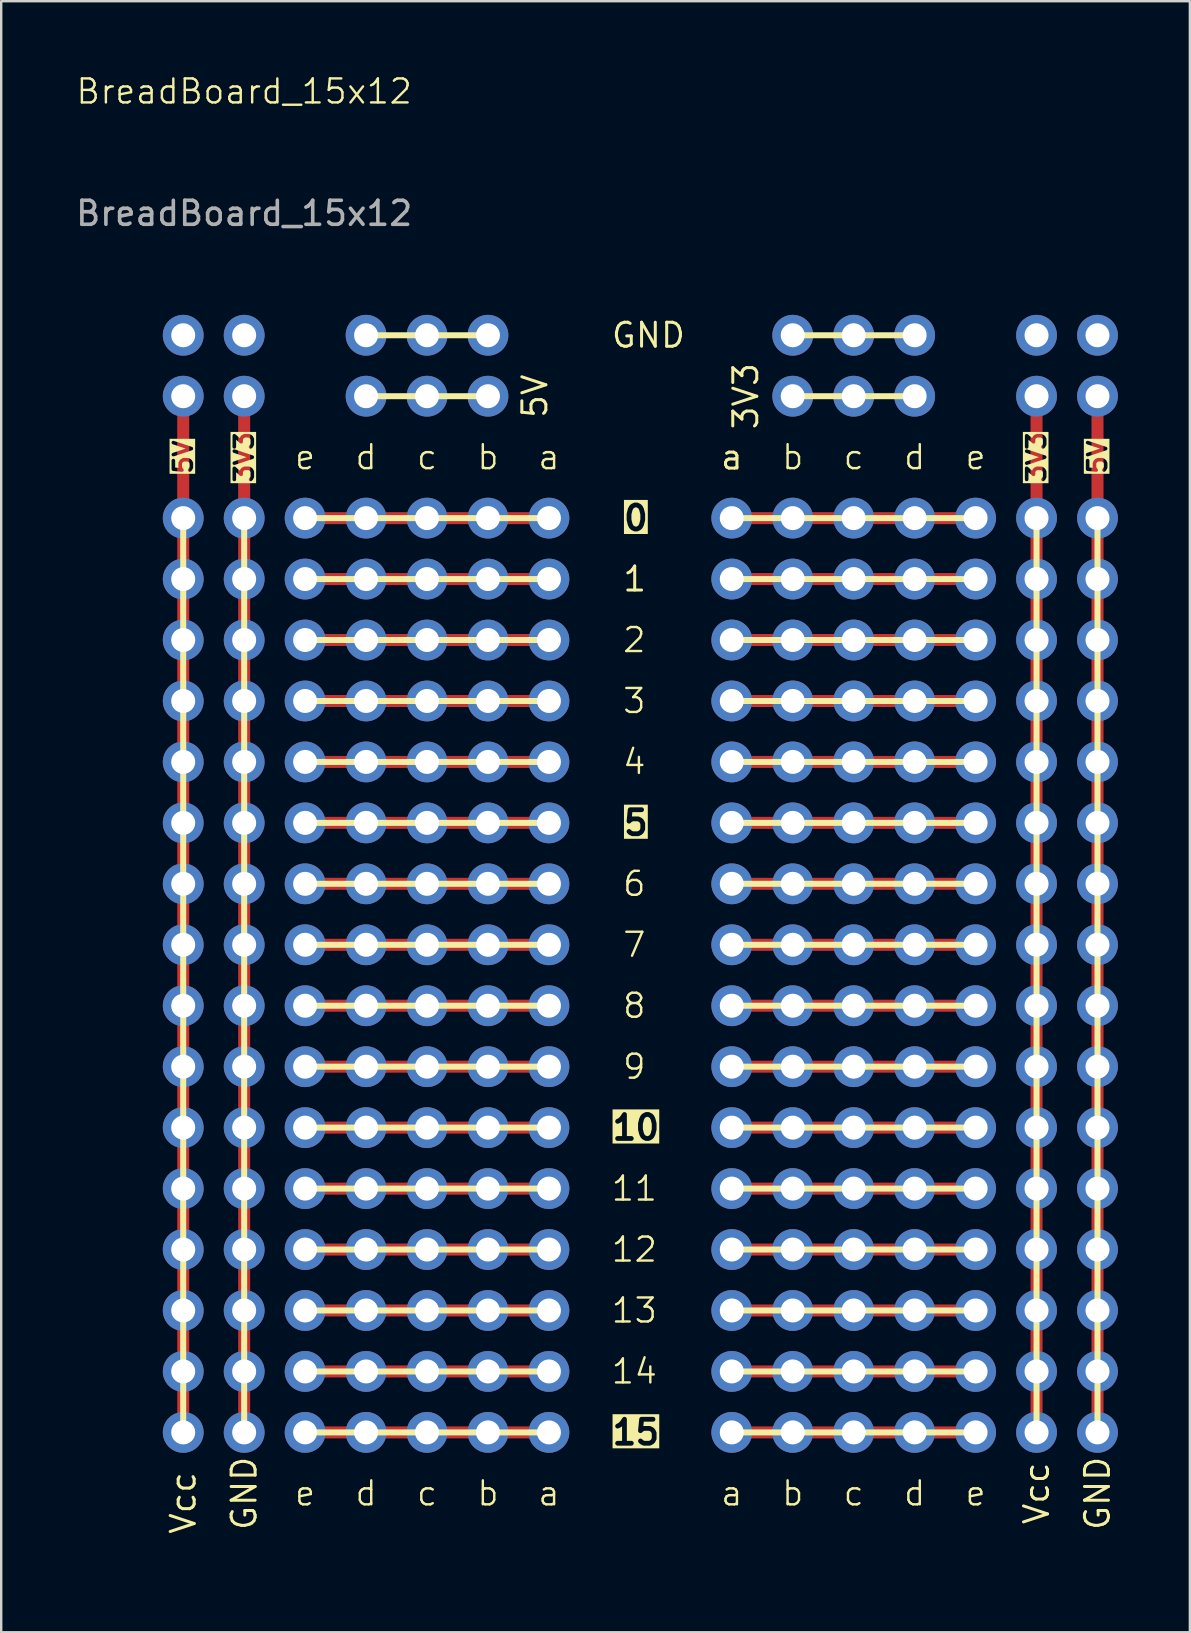
<source format=kicad_pcb>
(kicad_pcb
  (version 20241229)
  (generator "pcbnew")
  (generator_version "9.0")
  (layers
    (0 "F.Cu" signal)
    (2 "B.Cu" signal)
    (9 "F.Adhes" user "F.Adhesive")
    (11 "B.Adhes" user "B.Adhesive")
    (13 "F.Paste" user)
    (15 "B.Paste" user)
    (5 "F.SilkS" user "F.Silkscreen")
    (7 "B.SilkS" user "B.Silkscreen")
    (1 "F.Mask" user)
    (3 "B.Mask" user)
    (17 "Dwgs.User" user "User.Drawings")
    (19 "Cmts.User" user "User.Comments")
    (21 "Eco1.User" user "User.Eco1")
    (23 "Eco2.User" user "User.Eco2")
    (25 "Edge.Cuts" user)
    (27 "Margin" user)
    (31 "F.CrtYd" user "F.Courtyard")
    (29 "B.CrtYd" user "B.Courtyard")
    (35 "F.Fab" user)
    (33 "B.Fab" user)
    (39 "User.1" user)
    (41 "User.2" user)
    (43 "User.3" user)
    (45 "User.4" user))
  (footprint "BreadBoard_15x12"
    (layer "F.Cu")
    (at 2.045 61.721)
    (property "Reference" "BreadBoard_15x12" (at 5.08 -60.96 0) (unlocked yes) (layer "F.SilkS") (effects (font (size 1 1) (thickness 0.1))))
    (attr through_hole)
    (fp_line (start 2.54 -48.26) (end 2.54 -5.08) (stroke (width 0.5) (type default)) (layer "F.Cu"))
    (fp_line (start 5.08 -48.26) (end 5.08 -5.08) (stroke (width 0.5) (type default)) (layer "F.Cu"))
    (fp_line (start 7.62 -43.18) (end 17.78 -43.18) (stroke (width 0.5) (type default)) (layer "F.Cu"))
    (fp_line (start 7.62 -40.64) (end 17.78 -40.64) (stroke (width 0.5) (type default)) (layer "F.Cu"))
    (fp_line (start 7.62 -38.1) (end 17.78 -38.1) (stroke (width 0.5) (type default)) (layer "F.Cu"))
    (fp_line (start 7.62 -35.56) (end 17.78 -35.56) (stroke (width 0.5) (type default)) (layer "F.Cu"))
    (fp_line (start 7.62 -33.02) (end 17.78 -33.02) (stroke (width 0.5) (type default)) (layer "F.Cu"))
    (fp_line (start 7.62 -30.48) (end 17.78 -30.48) (stroke (width 0.5) (type default)) (layer "F.Cu"))
    (fp_line (start 7.62 -27.94) (end 17.78 -27.94) (stroke (width 0.5) (type default)) (layer "F.Cu"))
    (fp_line (start 7.62 -25.4) (end 17.78 -25.4) (stroke (width 0.5) (type default)) (layer "F.Cu"))
    (fp_line (start 7.62 -22.86) (end 17.78 -22.86) (stroke (width 0.5) (type default)) (layer "F.Cu"))
    (fp_line (start 7.62 -20.32) (end 17.78 -20.32) (stroke (width 0.5) (type default)) (layer "F.Cu"))
    (fp_line (start 7.62 -17.78) (end 17.78 -17.78) (stroke (width 0.5) (type default)) (layer "F.Cu"))
    (fp_line (start 7.62 -15.24) (end 17.78 -15.24) (stroke (width 0.5) (type default)) (layer "F.Cu"))
    (fp_line (start 7.62 -12.7) (end 17.78 -12.7) (stroke (width 0.5) (type default)) (layer "F.Cu"))
    (fp_line (start 7.62 -10.16) (end 17.78 -10.16) (stroke (width 0.5) (type default)) (layer "F.Cu"))
    (fp_line (start 7.62 -7.62) (end 17.78 -7.62) (stroke (width 0.5) (type default)) (layer "F.Cu"))
    (fp_line (start 7.62 -5.08) (end 17.78 -5.08) (stroke (width 0.5) (type default)) (layer "F.Cu"))
    (fp_line (start 25.4 -43.18) (end 35.56 -43.18) (stroke (width 0.5) (type default)) (layer "F.Cu"))
    (fp_line (start 25.4 -40.64) (end 35.56 -40.64) (stroke (width 0.5) (type default)) (layer "F.Cu"))
    (fp_line (start 25.4 -38.1) (end 35.56 -38.1) (stroke (width 0.5) (type default)) (layer "F.Cu"))
    (fp_line (start 25.4 -35.56) (end 35.56 -35.56) (stroke (width 0.5) (type default)) (layer "F.Cu"))
    (fp_line (start 25.4 -33.02) (end 35.56 -33.02) (stroke (width 0.5) (type default)) (layer "F.Cu"))
    (fp_line (start 25.4 -30.48) (end 35.56 -30.48) (stroke (width 0.5) (type default)) (layer "F.Cu"))
    (fp_line (start 25.4 -27.94) (end 35.56 -27.94) (stroke (width 0.5) (type default)) (layer "F.Cu"))
    (fp_line (start 25.4 -25.4) (end 35.56 -25.4) (stroke (width 0.5) (type default)) (layer "F.Cu"))
    (fp_line (start 25.4 -22.86) (end 35.56 -22.86) (stroke (width 0.5) (type default)) (layer "F.Cu"))
    (fp_line (start 25.4 -20.32) (end 35.56 -20.32) (stroke (width 0.5) (type default)) (layer "F.Cu"))
    (fp_line (start 25.4 -17.78) (end 35.56 -17.78) (stroke (width 0.5) (type default)) (layer "F.Cu"))
    (fp_line (start 25.4 -15.24) (end 35.56 -15.24) (stroke (width 0.5) (type default)) (layer "F.Cu"))
    (fp_line (start 25.4 -12.7) (end 35.56 -12.7) (stroke (width 0.5) (type default)) (layer "F.Cu"))
    (fp_line (start 25.4 -10.16) (end 35.56 -10.16) (stroke (width 0.5) (type default)) (layer "F.Cu"))
    (fp_line (start 25.4 -7.62) (end 35.56 -7.62) (stroke (width 0.5) (type default)) (layer "F.Cu"))
    (fp_line (start 25.4 -5.08) (end 35.56 -5.08) (stroke (width 0.5) (type default)) (layer "F.Cu"))
    (fp_line (start 38.1 -48.26) (end 38.1 -5.08) (stroke (width 0.5) (type default)) (layer "F.Cu"))
    (fp_line (start 40.64 -48.26) (end 40.64 -5.08) (stroke (width 0.5) (type default)) (layer "F.Cu"))
    (fp_line (start 2.54 -5.08) (end 2.54 -43.18) (stroke (width 0.25) (type default)) (layer "F.SilkS"))
    (fp_line (start 5.08 -5.08) (end 5.08 -43.18) (stroke (width 0.25) (type default)) (layer "F.SilkS"))
    (fp_line (start 7.62 -43.18) (end 17.78 -43.18) (stroke (width 0.25) (type default)) (layer "F.SilkS"))
    (fp_line (start 7.62 -40.64) (end 17.78 -40.64) (stroke (width 0.25) (type default)) (layer "F.SilkS"))
    (fp_line (start 7.62 -38.1) (end 17.78 -38.1) (stroke (width 0.25) (type default)) (layer "F.SilkS"))
    (fp_line (start 7.62 -35.56) (end 17.78 -35.56) (stroke (width 0.25) (type default)) (layer "F.SilkS"))
    (fp_line (start 7.62 -33.02) (end 17.78 -33.02) (stroke (width 0.25) (type default)) (layer "F.SilkS"))
    (fp_line (start 7.62 -30.48) (end 17.78 -30.48) (stroke (width 0.25) (type default)) (layer "F.SilkS"))
    (fp_line (start 7.62 -27.94) (end 17.78 -27.94) (stroke (width 0.25) (type default)) (layer "F.SilkS"))
    (fp_line (start 7.62 -25.4) (end 17.78 -25.4) (stroke (width 0.25) (type default)) (layer "F.SilkS"))
    (fp_line (start 7.62 -22.86) (end 17.78 -22.86) (stroke (width 0.25) (type default)) (layer "F.SilkS"))
    (fp_line (start 7.62 -20.32) (end 17.78 -20.32) (stroke (width 0.25) (type default)) (layer "F.SilkS"))
    (fp_line (start 7.62 -17.78) (end 17.78 -17.78) (stroke (width 0.25) (type default)) (layer "F.SilkS"))
    (fp_line (start 7.62 -15.24) (end 17.78 -15.24) (stroke (width 0.25) (type default)) (layer "F.SilkS"))
    (fp_line (start 7.62 -12.7) (end 17.78 -12.7) (stroke (width 0.25) (type default)) (layer "F.SilkS"))
    (fp_line (start 7.62 -10.16) (end 17.78 -10.16) (stroke (width 0.25) (type default)) (layer "F.SilkS"))
    (fp_line (start 7.62 -7.62) (end 17.78 -7.62) (stroke (width 0.25) (type default)) (layer "F.SilkS"))
    (fp_line (start 7.62 -5.08) (end 17.78 -5.08) (stroke (width 0.25) (type default)) (layer "F.SilkS"))
    (fp_line (start 10.16 -50.8) (end 15.24 -50.8) (stroke (width 0.25) (type default)) (layer "F.SilkS"))
    (fp_line (start 10.16 -48.26) (end 15.24 -48.26) (stroke (width 0.25) (type default)) (layer "F.SilkS"))
    (fp_line (start 25.4 -43.18) (end 35.56 -43.18) (stroke (width 0.25) (type default)) (layer "F.SilkS"))
    (fp_line (start 25.4 -40.64) (end 35.56 -40.64) (stroke (width 0.25) (type default)) (layer "F.SilkS"))
    (fp_line (start 25.4 -38.1) (end 35.56 -38.1) (stroke (width 0.25) (type default)) (layer "F.SilkS"))
    (fp_line (start 25.4 -35.56) (end 35.56 -35.56) (stroke (width 0.25) (type default)) (layer "F.SilkS"))
    (fp_line (start 25.4 -33.02) (end 35.56 -33.02) (stroke (width 0.25) (type default)) (layer "F.SilkS"))
    (fp_line (start 25.4 -30.48) (end 35.56 -30.48) (stroke (width 0.25) (type default)) (layer "F.SilkS"))
    (fp_line (start 25.4 -27.94) (end 35.56 -27.94) (stroke (width 0.25) (type default)) (layer "F.SilkS"))
    (fp_line (start 25.4 -25.4) (end 35.56 -25.4) (stroke (width 0.25) (type default)) (layer "F.SilkS"))
    (fp_line (start 25.4 -22.86) (end 35.56 -22.86) (stroke (width 0.25) (type default)) (layer "F.SilkS"))
    (fp_line (start 25.4 -20.32) (end 35.56 -20.32) (stroke (width 0.25) (type default)) (layer "F.SilkS"))
    (fp_line (start 25.4 -17.78) (end 35.56 -17.78) (stroke (width 0.25) (type default)) (layer "F.SilkS"))
    (fp_line (start 25.4 -15.24) (end 35.56 -15.24) (stroke (width 0.25) (type default)) (layer "F.SilkS"))
    (fp_line (start 25.4 -12.7) (end 35.56 -12.7) (stroke (width 0.25) (type default)) (layer "F.SilkS"))
    (fp_line (start 25.4 -10.16) (end 35.56 -10.16) (stroke (width 0.25) (type default)) (layer "F.SilkS"))
    (fp_line (start 25.4 -7.62) (end 35.56 -7.62) (stroke (width 0.25) (type default)) (layer "F.SilkS"))
    (fp_line (start 25.4 -5.08) (end 35.56 -5.08) (stroke (width 0.25) (type default)) (layer "F.SilkS"))
    (fp_line (start 27.94 -50.8) (end 33.02 -50.8) (stroke (width 0.1) (type default)) (layer "F.SilkS"))
    (fp_line (start 27.94 -50.8) (end 33.02 -50.8) (stroke (width 0.25) (type default)) (layer "F.SilkS"))
    (fp_line (start 27.94 -48.26) (end 33.02 -48.26) (stroke (width 0.25) (type default)) (layer "F.SilkS"))
    (fp_line (start 38.1 -5.08) (end 38.1 -43.18) (stroke (width 0.25) (type default)) (layer "F.SilkS"))
    (fp_line (start 40.64 -5.08) (end 40.64 -43.18) (stroke (width 0.25) (type default)) (layer "F.SilkS"))
    (fp_text user "13" (at 20.32 -10.16 0) (unlocked yes) (layer "F.SilkS") (effects (font (size 1 1) (thickness 0.1)) (justify left)))
    (fp_text user "14" (at 20.32 -7.62 0) (unlocked yes) (layer "F.SilkS") (effects (font (size 1 1) (thickness 0.1)) (justify left)))
    (fp_text user "d" (at 33.02 -2.54 0) (unlocked yes) (layer "F.SilkS") (effects (font (size 1 1) (thickness 0.1))))
    (fp_text user "e" (at 35.56 -45.72 0) (unlocked yes) (layer "F.SilkS") (effects (font (size 1 1) (thickness 0.1))))
    (fp_text user "c" (at 12.7 -45.72 0) (unlocked yes) (layer "F.SilkS") (effects (font (size 1 1) (thickness 0.1))))
    (fp_text user "c" (at 30.48 -45.72 0) (unlocked yes) (layer "F.SilkS") (effects (font (size 1 1) (thickness 0.1))))
    (fp_text user "2" (at 20.796 -38.1 0) (unlocked yes) (layer "F.SilkS") (effects (font (size 1 1) (thickness 0.1)) (justify left)))
    (fp_text user "e" (at 35.56 -2.54 0) (unlocked yes) (layer "F.SilkS") (effects (font (size 1 1) (thickness 0.1))))
    (fp_text user "b" (at 27.94 -2.54 0) (unlocked yes) (layer "F.SilkS") (effects (font (size 1 1) (thickness 0.1))))
    (fp_text user "c" (at 30.48 -2.54 0) (unlocked yes) (layer "F.SilkS") (effects (font (size 1 1) (thickness 0.1))))
    (fp_text user "3" (at 20.796 -35.56 0) (unlocked yes) (layer "F.SilkS") (effects (font (size 1 1) (thickness 0.1)) (justify left)))
    (fp_text user "5V" (at 40.64 -45.72 90) (unlocked yes) (layer "F.SilkS" knockout) (effects (font (size 0.75 0.75) (thickness 0.15) (bold yes))))
    (fp_text user "e" (at 7.62 -2.54 0) (unlocked yes) (layer "F.SilkS") (effects (font (size 1 1) (thickness 0.1))))
    (fp_text user "a" (at 25.4 -45.72 0) (unlocked yes) (layer "F.SilkS") (effects (font (size 1 1) (thickness 0.125))))
    (fp_text user "5V" (at 2.54 -45.72 90) (unlocked yes) (layer "F.SilkS" knockout) (effects (font (size 0.75 0.75) (thickness 0.15) (bold yes))))
    (fp_text user "0" (at 20.796 -43.18 0) (unlocked yes) (layer "F.SilkS" knockout) (effects (font (size 1 1) (thickness 0.2) (bold yes)) (justify left)))
    (fp_text user "e" (at 7.62 -45.72 0) (unlocked yes) (layer "F.SilkS") (effects (font (size 1 1) (thickness 0.1))))
    (fp_text user "1" (at 20.796 -40.64 0) (unlocked yes) (layer "F.SilkS") (effects (font (size 1 1) (thickness 0.125)) (justify left)))
    (fp_text user "Vcc" (at 38.1 -2.54 90) (unlocked yes) (layer "F.SilkS") (effects (font (size 1 1) (thickness 0.125))))
    (fp_text user "GND" (at 40.64 -2.54 90) (unlocked yes) (layer "F.SilkS") (effects (font (size 1 1) (thickness 0.125))))
    (fp_text user "12" (at 20.32 -12.7 0) (unlocked yes) (layer "F.SilkS") (effects (font (size 1 1) (thickness 0.1)) (justify left)))
    (fp_text user "6" (at 20.796 -27.94 0) (unlocked yes) (layer "F.SilkS") (effects (font (size 1 1) (thickness 0.1)) (justify left)))
    (fp_text user "b" (at 15.24 -2.54 0) (unlocked yes) (layer "F.SilkS") (effects (font (size 1 1) (thickness 0.1))))
    (fp_text user "d" (at 10.16 -2.54 0) (unlocked yes) (layer "F.SilkS") (effects (font (size 1 1) (thickness 0.1))))
    (fp_text user "b" (at 27.94 -45.72 0) (unlocked yes) (layer "F.SilkS") (effects (font (size 1 1) (thickness 0.1))))
    (fp_text user "GND" (at 5.08 -2.54 90) (unlocked yes) (layer "F.SilkS") (effects (font (size 1 1) (thickness 0.125))))
    (fp_text user "10" (at 20.32 -17.78 0) (unlocked yes) (layer "F.SilkS" knockout) (effects (font (size 1 1) (thickness 0.2) (bold yes)) (justify left)))
    (fp_text user "15" (at 20.32 -5.08 0) (unlocked yes) (layer "F.SilkS" knockout) (effects (font (size 1 1) (thickness 0.2) (bold yes)) (justify left)))
    (fp_text user "11" (at 20.32 -15.24 0) (unlocked yes) (layer "F.SilkS") (effects (font (size 1 1) (thickness 0.1)) (justify left)))
    (fp_text user "a" (at 25.4 -2.54 0) (unlocked yes) (layer "F.SilkS") (effects (font (size 1 1) (thickness 0.1))))
    (fp_text user "b" (at 15.24 -45.72 0) (unlocked yes) (layer "F.SilkS") (effects (font (size 1 1) (thickness 0.1))))
    (fp_text user "8" (at 20.796 -22.86 0) (unlocked yes) (layer "F.SilkS") (effects (font (size 1 1) (thickness 0.1)) (justify left)))
    (fp_text user "GND" (at 20.32 -50.8 0) (unlocked yes) (layer "F.SilkS") (effects (font (size 1 1) (thickness 0.125)) (justify left)))
    (fp_text user "5" (at 20.796 -30.48 0) (unlocked yes) (layer "F.SilkS" knockout) (effects (font (size 1 1) (thickness 0.2) (bold yes)) (justify left)))
    (fp_text user "c" (at 12.7 -2.54 0) (unlocked yes) (layer "F.SilkS") (effects (font (size 1 1) (thickness 0.1))))
    (fp_text user "3V3" (at 38.1 -45.72 90) (unlocked yes) (layer "F.SilkS" knockout) (effects (font (size 0.75 0.75) (thickness 0.15) (bold yes))))
    (fp_text user "3V3" (at 25.4 -48.26 90) (unlocked yes) (layer "F.SilkS") (effects (font (size 1 1) (thickness 0.125)) (justify top)))
    (fp_text user "4" (at 20.796 -33.02 0) (unlocked yes) (layer "F.SilkS") (effects (font (size 1 1) (thickness 0.1)) (justify left)))
    (fp_text user "7" (at 20.796 -25.4 0) (unlocked yes) (layer "F.SilkS") (effects (font (size 1 1) (thickness 0.1)) (justify left)))
    (fp_text user "a" (at 17.78 -45.72 0) (unlocked yes) (layer "F.SilkS") (effects (font (size 1 1) (thickness 0.1))))
    (fp_text user "d" (at 10.16 -45.72 0) (unlocked yes) (layer "F.SilkS") (effects (font (size 1 1) (thickness 0.1))))
    (fp_text user "3V3" (at 5.08 -45.72 90) (unlocked yes) (layer "F.SilkS" knockout) (effects (font (size 0.75 0.75) (thickness 0.15) (bold yes))))
    (fp_text user "a" (at 17.78 -2.54 0) (unlocked yes) (layer "F.SilkS") (effects (font (size 1 1) (thickness 0.1))))
    (fp_text user "Vcc" (at 2.54 -2.14 90) (unlocked yes) (layer "F.SilkS") (effects (font (size 1 1) (thickness 0.125))))
    (fp_text user "5V" (at 17.78 -48.26 90) (unlocked yes) (layer "F.SilkS") (effects (font (size 1 1) (thickness 0.125)) (justify bottom)))
    (fp_text user "9" (at 20.796 -20.32 0) (unlocked yes) (layer "F.SilkS") (effects (font (size 1 1) (thickness 0.1)) (justify left)))
    (fp_text user "d" (at 33.02 -45.72 0) (unlocked yes) (layer "F.SilkS") (effects (font (size 1 1) (thickness 0.1))))
    (fp_text user "${REFERENCE}" (at 5.08 -55.88 0) (unlocked yes) (layer "F.Fab") (effects (font (size 1 1) (thickness 0.15))))
    (pad "" thru_hole oval (at 7.62 -43.18) (size 1.7 1.7) (drill 1) (layers "*.Cu" "*.Mask"))
    (pad "" thru_hole oval (at 7.62 -40.64) (size 1.7 1.7) (drill 1) (layers "*.Cu" "*.Mask"))
    (pad "" thru_hole oval (at 7.62 -38.1) (size 1.7 1.7) (drill 1) (layers "*.Cu" "*.Mask"))
    (pad "" thru_hole oval (at 7.62 -35.56) (size 1.7 1.7) (drill 1) (layers "*.Cu" "*.Mask"))
    (pad "" thru_hole oval (at 7.62 -33.02) (size 1.7 1.7) (drill 1) (layers "*.Cu" "*.Mask"))
    (pad "" thru_hole oval (at 7.62 -30.48) (size 1.7 1.7) (drill 1) (layers "*.Cu" "*.Mask"))
    (pad "" thru_hole oval (at 7.62 -27.94) (size 1.7 1.7) (drill 1) (layers "*.Cu" "*.Mask"))
    (pad "" thru_hole oval (at 7.62 -25.4) (size 1.7 1.7) (drill 1) (layers "*.Cu" "*.Mask"))
    (pad "" thru_hole oval (at 7.62 -22.86) (size 1.7 1.7) (drill 1) (layers "*.Cu" "*.Mask"))
    (pad "" thru_hole oval (at 7.62 -20.32) (size 1.7 1.7) (drill 1) (layers "*.Cu" "*.Mask"))
    (pad "" thru_hole oval (at 7.62 -17.78) (size 1.7 1.7) (drill 1) (layers "*.Cu" "*.Mask"))
    (pad "" thru_hole oval (at 7.62 -15.24) (size 1.7 1.7) (drill 1) (layers "*.Cu" "*.Mask"))
    (pad "" thru_hole oval (at 7.62 -12.7) (size 1.7 1.7) (drill 1) (layers "*.Cu" "*.Mask"))
    (pad "" thru_hole oval (at 7.62 -10.16) (size 1.7 1.7) (drill 1) (layers "*.Cu" "*.Mask"))
    (pad "" thru_hole oval (at 7.62 -7.62) (size 1.7 1.7) (drill 1) (layers "*.Cu" "*.Mask"))
    (pad "" thru_hole oval (at 7.62 -5.08) (size 1.7 1.7) (drill 1) (layers "*.Cu" "*.Mask"))
    (pad "" thru_hole oval (at 10.16 -43.18) (size 1.7 1.7) (drill 1) (layers "*.Cu" "*.Mask"))
    (pad "" thru_hole oval (at 10.16 -40.64) (size 1.7 1.7) (drill 1) (layers "*.Cu" "*.Mask"))
    (pad "" thru_hole oval (at 10.16 -38.1) (size 1.7 1.7) (drill 1) (layers "*.Cu" "*.Mask"))
    (pad "" thru_hole oval (at 10.16 -35.56) (size 1.7 1.7) (drill 1) (layers "*.Cu" "*.Mask"))
    (pad "" thru_hole oval (at 10.16 -33.02) (size 1.7 1.7) (drill 1) (layers "*.Cu" "*.Mask"))
    (pad "" thru_hole oval (at 10.16 -30.48) (size 1.7 1.7) (drill 1) (layers "*.Cu" "*.Mask"))
    (pad "" thru_hole oval (at 10.16 -27.94) (size 1.7 1.7) (drill 1) (layers "*.Cu" "*.Mask"))
    (pad "" thru_hole oval (at 10.16 -25.4) (size 1.7 1.7) (drill 1) (layers "*.Cu" "*.Mask"))
    (pad "" thru_hole oval (at 10.16 -22.86) (size 1.7 1.7) (drill 1) (layers "*.Cu" "*.Mask"))
    (pad "" thru_hole oval (at 10.16 -20.32) (size 1.7 1.7) (drill 1) (layers "*.Cu" "*.Mask"))
    (pad "" thru_hole oval (at 10.16 -17.78) (size 1.7 1.7) (drill 1) (layers "*.Cu" "*.Mask"))
    (pad "" thru_hole oval (at 10.16 -15.24) (size 1.7 1.7) (drill 1) (layers "*.Cu" "*.Mask"))
    (pad "" thru_hole oval (at 10.16 -12.7) (size 1.7 1.7) (drill 1) (layers "*.Cu" "*.Mask"))
    (pad "" thru_hole oval (at 10.16 -10.16) (size 1.7 1.7) (drill 1) (layers "*.Cu" "*.Mask"))
    (pad "" thru_hole oval (at 10.16 -7.62) (size 1.7 1.7) (drill 1) (layers "*.Cu" "*.Mask"))
    (pad "" thru_hole oval (at 10.16 -5.08) (size 1.7 1.7) (drill 1) (layers "*.Cu" "*.Mask"))
    (pad "" thru_hole oval (at 12.7 -43.18) (size 1.7 1.7) (drill 1) (layers "*.Cu" "*.Mask"))
    (pad "" thru_hole oval (at 12.7 -40.64) (size 1.7 1.7) (drill 1) (layers "*.Cu" "*.Mask"))
    (pad "" thru_hole oval (at 12.7 -38.1) (size 1.7 1.7) (drill 1) (layers "*.Cu" "*.Mask"))
    (pad "" thru_hole oval (at 12.7 -35.56) (size 1.7 1.7) (drill 1) (layers "*.Cu" "*.Mask"))
    (pad "" thru_hole oval (at 12.7 -33.02) (size 1.7 1.7) (drill 1) (layers "*.Cu" "*.Mask"))
    (pad "" thru_hole oval (at 12.7 -30.48) (size 1.7 1.7) (drill 1) (layers "*.Cu" "*.Mask"))
    (pad "" thru_hole oval (at 12.7 -27.94) (size 1.7 1.7) (drill 1) (layers "*.Cu" "*.Mask"))
    (pad "" thru_hole oval (at 12.7 -25.4) (size 1.7 1.7) (drill 1) (layers "*.Cu" "*.Mask"))
    (pad "" thru_hole oval (at 12.7 -22.86) (size 1.7 1.7) (drill 1) (layers "*.Cu" "*.Mask"))
    (pad "" thru_hole oval (at 12.7 -20.32) (size 1.7 1.7) (drill 1) (layers "*.Cu" "*.Mask"))
    (pad "" thru_hole oval (at 12.7 -17.78) (size 1.7 1.7) (drill 1) (layers "*.Cu" "*.Mask"))
    (pad "" thru_hole oval (at 12.7 -15.24) (size 1.7 1.7) (drill 1) (layers "*.Cu" "*.Mask"))
    (pad "" thru_hole oval (at 12.7 -12.7) (size 1.7 1.7) (drill 1) (layers "*.Cu" "*.Mask"))
    (pad "" thru_hole oval (at 12.7 -10.16) (size 1.7 1.7) (drill 1) (layers "*.Cu" "*.Mask"))
    (pad "" thru_hole oval (at 12.7 -7.62) (size 1.7 1.7) (drill 1) (layers "*.Cu" "*.Mask"))
    (pad "" thru_hole oval (at 12.7 -5.08) (size 1.7 1.7) (drill 1) (layers "*.Cu" "*.Mask"))
    (pad "" thru_hole oval (at 15.24 -43.18) (size 1.7 1.7) (drill 1) (layers "*.Cu" "*.Mask"))
    (pad "" thru_hole oval (at 15.24 -40.64) (size 1.7 1.7) (drill 1) (layers "*.Cu" "*.Mask"))
    (pad "" thru_hole oval (at 15.24 -38.1) (size 1.7 1.7) (drill 1) (layers "*.Cu" "*.Mask"))
    (pad "" thru_hole oval (at 15.24 -35.56) (size 1.7 1.7) (drill 1) (layers "*.Cu" "*.Mask"))
    (pad "" thru_hole oval (at 15.24 -33.02) (size 1.7 1.7) (drill 1) (layers "*.Cu" "*.Mask"))
    (pad "" thru_hole oval (at 15.24 -30.48) (size 1.7 1.7) (drill 1) (layers "*.Cu" "*.Mask"))
    (pad "" thru_hole oval (at 15.24 -27.94) (size 1.7 1.7) (drill 1) (layers "*.Cu" "*.Mask"))
    (pad "" thru_hole oval (at 15.24 -25.4) (size 1.7 1.7) (drill 1) (layers "*.Cu" "*.Mask"))
    (pad "" thru_hole oval (at 15.24 -22.86) (size 1.7 1.7) (drill 1) (layers "*.Cu" "*.Mask"))
    (pad "" thru_hole oval (at 15.24 -20.32) (size 1.7 1.7) (drill 1) (layers "*.Cu" "*.Mask"))
    (pad "" thru_hole oval (at 15.24 -17.78) (size 1.7 1.7) (drill 1) (layers "*.Cu" "*.Mask"))
    (pad "" thru_hole oval (at 15.24 -15.24) (size 1.7 1.7) (drill 1) (layers "*.Cu" "*.Mask"))
    (pad "" thru_hole oval (at 15.24 -12.7) (size 1.7 1.7) (drill 1) (layers "*.Cu" "*.Mask"))
    (pad "" thru_hole oval (at 15.24 -10.16) (size 1.7 1.7) (drill 1) (layers "*.Cu" "*.Mask"))
    (pad "" thru_hole oval (at 15.24 -7.62) (size 1.7 1.7) (drill 1) (layers "*.Cu" "*.Mask"))
    (pad "" thru_hole oval (at 15.24 -5.08) (size 1.7 1.7) (drill 1) (layers "*.Cu" "*.Mask"))
    (pad "" thru_hole oval (at 17.78 -43.18) (size 1.7 1.7) (drill 1) (layers "*.Cu" "*.Mask"))
    (pad "" thru_hole oval (at 17.78 -40.64) (size 1.7 1.7) (drill 1) (layers "*.Cu" "*.Mask"))
    (pad "" thru_hole oval (at 17.78 -38.1) (size 1.7 1.7) (drill 1) (layers "*.Cu" "*.Mask"))
    (pad "" thru_hole oval (at 17.78 -35.56) (size 1.7 1.7) (drill 1) (layers "*.Cu" "*.Mask"))
    (pad "" thru_hole oval (at 17.78 -33.02) (size 1.7 1.7) (drill 1) (layers "*.Cu" "*.Mask"))
    (pad "" thru_hole oval (at 17.78 -30.48) (size 1.7 1.7) (drill 1) (layers "*.Cu" "*.Mask"))
    (pad "" thru_hole oval (at 17.78 -27.94) (size 1.7 1.7) (drill 1) (layers "*.Cu" "*.Mask"))
    (pad "" thru_hole oval (at 17.78 -25.4) (size 1.7 1.7) (drill 1) (layers "*.Cu" "*.Mask"))
    (pad "" thru_hole oval (at 17.78 -22.86) (size 1.7 1.7) (drill 1) (layers "*.Cu" "*.Mask"))
    (pad "" thru_hole oval (at 17.78 -20.32) (size 1.7 1.7) (drill 1) (layers "*.Cu" "*.Mask"))
    (pad "" thru_hole oval (at 17.78 -17.78) (size 1.7 1.7) (drill 1) (layers "*.Cu" "*.Mask"))
    (pad "" thru_hole oval (at 17.78 -15.24) (size 1.7 1.7) (drill 1) (layers "*.Cu" "*.Mask"))
    (pad "" thru_hole oval (at 17.78 -12.7) (size 1.7 1.7) (drill 1) (layers "*.Cu" "*.Mask"))
    (pad "" thru_hole oval (at 17.78 -10.16) (size 1.7 1.7) (drill 1) (layers "*.Cu" "*.Mask"))
    (pad "" thru_hole oval (at 17.78 -7.62) (size 1.7 1.7) (drill 1) (layers "*.Cu" "*.Mask"))
    (pad "" thru_hole oval (at 17.78 -5.08) (size 1.7 1.7) (drill 1) (layers "*.Cu" "*.Mask"))
    (pad "" thru_hole oval (at 25.4 -43.18) (size 1.7 1.7) (drill 1) (layers "*.Cu" "*.Mask"))
    (pad "" thru_hole oval (at 25.4 -40.64) (size 1.7 1.7) (drill 1) (layers "*.Cu" "*.Mask"))
    (pad "" thru_hole oval (at 25.4 -38.1) (size 1.7 1.7) (drill 1) (layers "*.Cu" "*.Mask"))
    (pad "" thru_hole oval (at 25.4 -35.56) (size 1.7 1.7) (drill 1) (layers "*.Cu" "*.Mask"))
    (pad "" thru_hole oval (at 25.4 -33.02) (size 1.7 1.7) (drill 1) (layers "*.Cu" "*.Mask"))
    (pad "" thru_hole oval (at 25.4 -30.48) (size 1.7 1.7) (drill 1) (layers "*.Cu" "*.Mask"))
    (pad "" thru_hole oval (at 25.4 -27.94) (size 1.7 1.7) (drill 1) (layers "*.Cu" "*.Mask"))
    (pad "" thru_hole oval (at 25.4 -25.4) (size 1.7 1.7) (drill 1) (layers "*.Cu" "*.Mask"))
    (pad "" thru_hole oval (at 25.4 -22.86) (size 1.7 1.7) (drill 1) (layers "*.Cu" "*.Mask"))
    (pad "" thru_hole oval (at 25.4 -20.32) (size 1.7 1.7) (drill 1) (layers "*.Cu" "*.Mask"))
    (pad "" thru_hole oval (at 25.4 -17.78) (size 1.7 1.7) (drill 1) (layers "*.Cu" "*.Mask"))
    (pad "" thru_hole oval (at 25.4 -15.24) (size 1.7 1.7) (drill 1) (layers "*.Cu" "*.Mask"))
    (pad "" thru_hole oval (at 25.4 -12.7) (size 1.7 1.7) (drill 1) (layers "*.Cu" "*.Mask"))
    (pad "" thru_hole oval (at 25.4 -10.16) (size 1.7 1.7) (drill 1) (layers "*.Cu" "*.Mask"))
    (pad "" thru_hole oval (at 25.4 -7.62) (size 1.7 1.7) (drill 1) (layers "*.Cu" "*.Mask"))
    (pad "" thru_hole oval (at 25.4 -5.08) (size 1.7 1.7) (drill 1) (layers "*.Cu" "*.Mask"))
    (pad "" thru_hole oval (at 27.94 -43.18) (size 1.7 1.7) (drill 1) (layers "*.Cu" "*.Mask"))
    (pad "" thru_hole oval (at 27.94 -40.64) (size 1.7 1.7) (drill 1) (layers "*.Cu" "*.Mask"))
    (pad "" thru_hole oval (at 27.94 -38.1) (size 1.7 1.7) (drill 1) (layers "*.Cu" "*.Mask"))
    (pad "" thru_hole oval (at 27.94 -35.56) (size 1.7 1.7) (drill 1) (layers "*.Cu" "*.Mask"))
    (pad "" thru_hole oval (at 27.94 -33.02) (size 1.7 1.7) (drill 1) (layers "*.Cu" "*.Mask"))
    (pad "" thru_hole oval (at 27.94 -30.48) (size 1.7 1.7) (drill 1) (layers "*.Cu" "*.Mask"))
    (pad "" thru_hole oval (at 27.94 -27.94) (size 1.7 1.7) (drill 1) (layers "*.Cu" "*.Mask"))
    (pad "" thru_hole oval (at 27.94 -25.4) (size 1.7 1.7) (drill 1) (layers "*.Cu" "*.Mask"))
    (pad "" thru_hole oval (at 27.94 -22.86) (size 1.7 1.7) (drill 1) (layers "*.Cu" "*.Mask"))
    (pad "" thru_hole oval (at 27.94 -20.32) (size 1.7 1.7) (drill 1) (layers "*.Cu" "*.Mask"))
    (pad "" thru_hole oval (at 27.94 -17.78) (size 1.7 1.7) (drill 1) (layers "*.Cu" "*.Mask"))
    (pad "" thru_hole oval (at 27.94 -15.24) (size 1.7 1.7) (drill 1) (layers "*.Cu" "*.Mask"))
    (pad "" thru_hole oval (at 27.94 -12.7) (size 1.7 1.7) (drill 1) (layers "*.Cu" "*.Mask"))
    (pad "" thru_hole oval (at 27.94 -10.16) (size 1.7 1.7) (drill 1) (layers "*.Cu" "*.Mask"))
    (pad "" thru_hole oval (at 27.94 -7.62) (size 1.7 1.7) (drill 1) (layers "*.Cu" "*.Mask"))
    (pad "" thru_hole oval (at 27.94 -5.08) (size 1.7 1.7) (drill 1) (layers "*.Cu" "*.Mask"))
    (pad "" thru_hole oval (at 30.48 -43.18) (size 1.7 1.7) (drill 1) (layers "*.Cu" "*.Mask"))
    (pad "" thru_hole oval (at 30.48 -40.64) (size 1.7 1.7) (drill 1) (layers "*.Cu" "*.Mask"))
    (pad "" thru_hole oval (at 30.48 -38.1) (size 1.7 1.7) (drill 1) (layers "*.Cu" "*.Mask"))
    (pad "" thru_hole oval (at 30.48 -35.56) (size 1.7 1.7) (drill 1) (layers "*.Cu" "*.Mask"))
    (pad "" thru_hole oval (at 30.48 -33.02) (size 1.7 1.7) (drill 1) (layers "*.Cu" "*.Mask"))
    (pad "" thru_hole oval (at 30.48 -30.48) (size 1.7 1.7) (drill 1) (layers "*.Cu" "*.Mask"))
    (pad "" thru_hole oval (at 30.48 -27.94) (size 1.7 1.7) (drill 1) (layers "*.Cu" "*.Mask"))
    (pad "" thru_hole oval (at 30.48 -25.4) (size 1.7 1.7) (drill 1) (layers "*.Cu" "*.Mask"))
    (pad "" thru_hole oval (at 30.48 -22.86) (size 1.7 1.7) (drill 1) (layers "*.Cu" "*.Mask"))
    (pad "" thru_hole oval (at 30.48 -20.32) (size 1.7 1.7) (drill 1) (layers "*.Cu" "*.Mask"))
    (pad "" thru_hole oval (at 30.48 -17.78) (size 1.7 1.7) (drill 1) (layers "*.Cu" "*.Mask"))
    (pad "" thru_hole oval (at 30.48 -15.24) (size 1.7 1.7) (drill 1) (layers "*.Cu" "*.Mask"))
    (pad "" thru_hole oval (at 30.48 -12.7) (size 1.7 1.7) (drill 1) (layers "*.Cu" "*.Mask"))
    (pad "" thru_hole oval (at 30.48 -10.16) (size 1.7 1.7) (drill 1) (layers "*.Cu" "*.Mask"))
    (pad "" thru_hole oval (at 30.48 -7.62) (size 1.7 1.7) (drill 1) (layers "*.Cu" "*.Mask"))
    (pad "" thru_hole oval (at 30.48 -5.08) (size 1.7 1.7) (drill 1) (layers "*.Cu" "*.Mask"))
    (pad "" thru_hole oval (at 33.02 -43.18) (size 1.7 1.7) (drill 1) (layers "*.Cu" "*.Mask"))
    (pad "" thru_hole oval (at 33.02 -40.64) (size 1.7 1.7) (drill 1) (layers "*.Cu" "*.Mask"))
    (pad "" thru_hole oval (at 33.02 -38.1) (size 1.7 1.7) (drill 1) (layers "*.Cu" "*.Mask"))
    (pad "" thru_hole oval (at 33.02 -35.56) (size 1.7 1.7) (drill 1) (layers "*.Cu" "*.Mask"))
    (pad "" thru_hole oval (at 33.02 -33.02) (size 1.7 1.7) (drill 1) (layers "*.Cu" "*.Mask"))
    (pad "" thru_hole oval (at 33.02 -30.48) (size 1.7 1.7) (drill 1) (layers "*.Cu" "*.Mask"))
    (pad "" thru_hole oval (at 33.02 -27.94) (size 1.7 1.7) (drill 1) (layers "*.Cu" "*.Mask"))
    (pad "" thru_hole oval (at 33.02 -25.4) (size 1.7 1.7) (drill 1) (layers "*.Cu" "*.Mask"))
    (pad "" thru_hole oval (at 33.02 -22.86) (size 1.7 1.7) (drill 1) (layers "*.Cu" "*.Mask"))
    (pad "" thru_hole oval (at 33.02 -20.32) (size 1.7 1.7) (drill 1) (layers "*.Cu" "*.Mask"))
    (pad "" thru_hole oval (at 33.02 -17.78) (size 1.7 1.7) (drill 1) (layers "*.Cu" "*.Mask"))
    (pad "" thru_hole oval (at 33.02 -15.24) (size 1.7 1.7) (drill 1) (layers "*.Cu" "*.Mask"))
    (pad "" thru_hole oval (at 33.02 -12.7) (size 1.7 1.7) (drill 1) (layers "*.Cu" "*.Mask"))
    (pad "" thru_hole oval (at 33.02 -10.16) (size 1.7 1.7) (drill 1) (layers "*.Cu" "*.Mask"))
    (pad "" thru_hole oval (at 33.02 -7.62) (size 1.7 1.7) (drill 1) (layers "*.Cu" "*.Mask"))
    (pad "" thru_hole oval (at 33.02 -5.08) (size 1.7 1.7) (drill 1) (layers "*.Cu" "*.Mask"))
    (pad "" thru_hole oval (at 35.56 -43.18) (size 1.7 1.7) (drill 1) (layers "*.Cu" "*.Mask"))
    (pad "" thru_hole oval (at 35.56 -40.64) (size 1.7 1.7) (drill 1) (layers "*.Cu" "*.Mask"))
    (pad "" thru_hole oval (at 35.56 -38.1) (size 1.7 1.7) (drill 1) (layers "*.Cu" "*.Mask"))
    (pad "" thru_hole oval (at 35.56 -35.56) (size 1.7 1.7) (drill 1) (layers "*.Cu" "*.Mask"))
    (pad "" thru_hole oval (at 35.56 -33.02) (size 1.7 1.7) (drill 1) (layers "*.Cu" "*.Mask"))
    (pad "" thru_hole oval (at 35.56 -30.48) (size 1.7 1.7) (drill 1) (layers "*.Cu" "*.Mask"))
    (pad "" thru_hole oval (at 35.56 -27.94) (size 1.7 1.7) (drill 1) (layers "*.Cu" "*.Mask"))
    (pad "" thru_hole oval (at 35.56 -25.4) (size 1.7 1.7) (drill 1) (layers "*.Cu" "*.Mask"))
    (pad "" thru_hole oval (at 35.56 -22.86) (size 1.7 1.7) (drill 1) (layers "*.Cu" "*.Mask"))
    (pad "" thru_hole oval (at 35.56 -20.32) (size 1.7 1.7) (drill 1) (layers "*.Cu" "*.Mask"))
    (pad "" thru_hole oval (at 35.56 -17.78) (size 1.7 1.7) (drill 1) (layers "*.Cu" "*.Mask"))
    (pad "" thru_hole oval (at 35.56 -15.24) (size 1.7 1.7) (drill 1) (layers "*.Cu" "*.Mask"))
    (pad "" thru_hole oval (at 35.56 -12.7) (size 1.7 1.7) (drill 1) (layers "*.Cu" "*.Mask"))
    (pad "" thru_hole oval (at 35.56 -10.16) (size 1.7 1.7) (drill 1) (layers "*.Cu" "*.Mask"))
    (pad "" thru_hole oval (at 35.56 -7.62) (size 1.7 1.7) (drill 1) (layers "*.Cu" "*.Mask"))
    (pad "" thru_hole oval (at 35.56 -5.08) (size 1.7 1.7) (drill 1) (layers "*.Cu" "*.Mask"))
    (pad "3V3" thru_hole oval (at 5.08 -50.8) (size 1.7 1.7) (drill 1) (layers "*.Cu" "*.Mask"))
    (pad "3V3" thru_hole oval (at 27.94 -48.26) (size 1.7 1.7) (drill 1) (layers "*.Cu" "*.Mask"))
    (pad "3V3" thru_hole oval (at 30.48 -48.26) (size 1.7 1.7) (drill 1) (layers "*.Cu" "*.Mask"))
    (pad "3V3" thru_hole oval (at 33.02 -48.26) (size 1.7 1.7) (drill 1) (layers "*.Cu" "*.Mask"))
    (pad "3V3" thru_hole oval (at 38.1 -50.8) (size 1.7 1.7) (drill 1) (layers "*.Cu" "*.Mask"))
    (pad "5V" thru_hole oval (at 2.54 -50.8) (size 1.7 1.7) (drill 1) (layers "*.Cu" "*.Mask"))
    (pad "5V" thru_hole oval (at 10.16 -48.26) (size 1.7 1.7) (drill 1) (layers "*.Cu" "*.Mask"))
    (pad "5V" thru_hole oval (at 12.7 -48.26) (size 1.7 1.7) (drill 1) (layers "*.Cu" "*.Mask"))
    (pad "5V" thru_hole oval (at 15.24 -48.26) (size 1.7 1.7) (drill 1) (layers "*.Cu" "*.Mask"))
    (pad "5V" thru_hole oval (at 40.64 -50.8) (size 1.7 1.7) (drill 1) (layers "*.Cu" "*.Mask"))
    (pad "GND" thru_hole oval (at 10.16 -50.8) (size 1.7 1.7) (drill 1) (layers "*.Cu" "*.Mask"))
    (pad "GND" thru_hole oval (at 12.7 -50.8) (size 1.7 1.7) (drill 1) (layers "*.Cu" "*.Mask"))
    (pad "GND" thru_hole oval (at 15.24 -50.8) (size 1.7 1.7) (drill 1) (layers "*.Cu" "*.Mask"))
    (pad "GND" thru_hole oval (at 27.94 -50.8) (size 1.7 1.7) (drill 1) (layers "*.Cu" "*.Mask"))
    (pad "GND" thru_hole oval (at 30.48 -50.8) (size 1.7 1.7) (drill 1) (layers "*.Cu" "*.Mask"))
    (pad "GND" thru_hole oval (at 33.02 -50.8) (size 1.7 1.7) (drill 1) (layers "*.Cu" "*.Mask"))
    (pad "Vcc" thru_hole oval (at 2.54 -40.64) (size 1.7 1.7) (drill 1) (layers "*.Cu" "*.Mask"))
    (pad "Vcc-1" thru_hole oval (at 2.54 -48.26) (size 1.7 1.7) (drill 1) (layers "*.Cu" "*.Mask"))
    (pad "Vcc-1" thru_hole oval (at 2.54 -43.18) (size 1.7 1.7) (drill 1) (layers "*.Cu" "*.Mask"))
    (pad "Vcc-1" thru_hole oval (at 2.54 -38.1) (size 1.7 1.7) (drill 1) (layers "*.Cu" "*.Mask"))
    (pad "Vcc-1" thru_hole oval (at 2.54 -35.56) (size 1.7 1.7) (drill 1) (layers "*.Cu" "*.Mask"))
    (pad "Vcc-1" thru_hole oval (at 2.54 -33.02) (size 1.7 1.7) (drill 1) (layers "*.Cu" "*.Mask"))
    (pad "Vcc-1" thru_hole oval (at 2.54 -30.48) (size 1.7 1.7) (drill 1) (layers "*.Cu" "*.Mask"))
    (pad "Vcc-1" thru_hole oval (at 2.54 -27.94) (size 1.7 1.7) (drill 1) (layers "*.Cu" "*.Mask"))
    (pad "Vcc-1" thru_hole oval (at 2.54 -25.4) (size 1.7 1.7) (drill 1) (layers "*.Cu" "*.Mask"))
    (pad "Vcc-1" thru_hole oval (at 2.54 -22.86) (size 1.7 1.7) (drill 1) (layers "*.Cu" "*.Mask"))
    (pad "Vcc-1" thru_hole oval (at 2.54 -20.32) (size 1.7 1.7) (drill 1) (layers "*.Cu" "*.Mask"))
    (pad "Vcc-1" thru_hole oval (at 2.54 -17.78) (size 1.7 1.7) (drill 1) (layers "*.Cu" "*.Mask"))
    (pad "Vcc-1" thru_hole oval (at 2.54 -15.24) (size 1.7 1.7) (drill 1) (layers "*.Cu" "*.Mask"))
    (pad "Vcc-1" thru_hole oval (at 2.54 -12.7) (size 1.7 1.7) (drill 1) (layers "*.Cu" "*.Mask"))
    (pad "Vcc-1" thru_hole oval (at 2.54 -10.16) (size 1.7 1.7) (drill 1) (layers "*.Cu" "*.Mask"))
    (pad "Vcc-1" thru_hole oval (at 2.54 -7.62) (size 1.7 1.7) (drill 1) (layers "*.Cu" "*.Mask"))
    (pad "Vcc-1" thru_hole oval (at 2.54 -5.08) (size 1.7 1.7) (drill 1) (layers "*.Cu" "*.Mask"))
    (pad "Vcc-1" thru_hole oval (at 40.64 -48.26) (size 1.7 1.7) (drill 1) (layers "*.Cu" "*.Mask"))
    (pad "Vcc-1" thru_hole oval (at 40.64 -43.18) (size 1.7 1.7) (drill 1) (layers "*.Cu" "*.Mask"))
    (pad "Vcc-1" thru_hole oval (at 40.64 -40.64) (size 1.7 1.7) (drill 1) (layers "*.Cu" "*.Mask"))
    (pad "Vcc-1" thru_hole oval (at 40.64 -38.1) (size 1.7 1.7) (drill 1) (layers "*.Cu" "*.Mask"))
    (pad "Vcc-1" thru_hole oval (at 40.64 -35.56) (size 1.7 1.7) (drill 1) (layers "*.Cu" "*.Mask"))
    (pad "Vcc-1" thru_hole oval (at 40.64 -33.02) (size 1.7 1.7) (drill 1) (layers "*.Cu" "*.Mask"))
    (pad "Vcc-1" thru_hole oval (at 40.64 -30.48) (size 1.7 1.7) (drill 1) (layers "*.Cu" "*.Mask"))
    (pad "Vcc-1" thru_hole oval (at 40.64 -27.94) (size 1.7 1.7) (drill 1) (layers "*.Cu" "*.Mask"))
    (pad "Vcc-1" thru_hole oval (at 40.64 -25.4) (size 1.7 1.7) (drill 1) (layers "*.Cu" "*.Mask"))
    (pad "Vcc-1" thru_hole oval (at 40.64 -22.86) (size 1.7 1.7) (drill 1) (layers "*.Cu" "*.Mask"))
    (pad "Vcc-1" thru_hole oval (at 40.64 -20.32) (size 1.7 1.7) (drill 1) (layers "*.Cu" "*.Mask"))
    (pad "Vcc-1" thru_hole oval (at 40.64 -17.78) (size 1.7 1.7) (drill 1) (layers "*.Cu" "*.Mask"))
    (pad "Vcc-1" thru_hole oval (at 40.64 -15.24) (size 1.7 1.7) (drill 1) (layers "*.Cu" "*.Mask"))
    (pad "Vcc-1" thru_hole oval (at 40.64 -12.7) (size 1.7 1.7) (drill 1) (layers "*.Cu" "*.Mask"))
    (pad "Vcc-1" thru_hole oval (at 40.64 -10.16) (size 1.7 1.7) (drill 1) (layers "*.Cu" "*.Mask"))
    (pad "Vcc-1" thru_hole oval (at 40.64 -7.62) (size 1.7 1.7) (drill 1) (layers "*.Cu" "*.Mask"))
    (pad "Vcc-1" thru_hole oval (at 40.64 -5.08) (size 1.7 1.7) (drill 1) (layers "*.Cu" "*.Mask"))
    (pad "Vcc-2" thru_hole oval (at 5.08 -48.26) (size 1.7 1.7) (drill 1) (layers "*.Cu" "*.Mask"))
    (pad "Vcc-2" thru_hole oval (at 5.08 -43.18) (size 1.7 1.7) (drill 1) (layers "*.Cu" "*.Mask"))
    (pad "Vcc-2" thru_hole oval (at 5.08 -40.64) (size 1.7 1.7) (drill 1) (layers "*.Cu" "*.Mask"))
    (pad "Vcc-2" thru_hole oval (at 5.08 -38.1) (size 1.7 1.7) (drill 1) (layers "*.Cu" "*.Mask"))
    (pad "Vcc-2" thru_hole oval (at 5.08 -35.56) (size 1.7 1.7) (drill 1) (layers "*.Cu" "*.Mask"))
    (pad "Vcc-2" thru_hole oval (at 5.08 -33.02) (size 1.7 1.7) (drill 1) (layers "*.Cu" "*.Mask"))
    (pad "Vcc-2" thru_hole oval (at 5.08 -30.48) (size 1.7 1.7) (drill 1) (layers "*.Cu" "*.Mask"))
    (pad "Vcc-2" thru_hole oval (at 5.08 -27.94) (size 1.7 1.7) (drill 1) (layers "*.Cu" "*.Mask"))
    (pad "Vcc-2" thru_hole oval (at 5.08 -25.4) (size 1.7 1.7) (drill 1) (layers "*.Cu" "*.Mask"))
    (pad "Vcc-2" thru_hole oval (at 5.08 -22.86) (size 1.7 1.7) (drill 1) (layers "*.Cu" "*.Mask"))
    (pad "Vcc-2" thru_hole oval (at 5.08 -20.32) (size 1.7 1.7) (drill 1) (layers "*.Cu" "*.Mask"))
    (pad "Vcc-2" thru_hole oval (at 5.08 -17.78) (size 1.7 1.7) (drill 1) (layers "*.Cu" "*.Mask"))
    (pad "Vcc-2" thru_hole oval (at 5.08 -15.24) (size 1.7 1.7) (drill 1) (layers "*.Cu" "*.Mask"))
    (pad "Vcc-2" thru_hole oval (at 5.08 -12.7) (size 1.7 1.7) (drill 1) (layers "*.Cu" "*.Mask"))
    (pad "Vcc-2" thru_hole oval (at 5.08 -10.16) (size 1.7 1.7) (drill 1) (layers "*.Cu" "*.Mask"))
    (pad "Vcc-2" thru_hole oval (at 5.08 -7.62) (size 1.7 1.7) (drill 1) (layers "*.Cu" "*.Mask"))
    (pad "Vcc-2" thru_hole oval (at 5.08 -5.08) (size 1.7 1.7) (drill 1) (layers "*.Cu" "*.Mask"))
    (pad "Vcc-2" thru_hole oval (at 38.1 -48.26) (size 1.7 1.7) (drill 1) (layers "*.Cu" "*.Mask"))
    (pad "Vcc-2" thru_hole oval (at 38.1 -43.18) (size 1.7 1.7) (drill 1) (layers "*.Cu" "*.Mask"))
    (pad "Vcc-2" thru_hole oval (at 38.1 -40.64) (size 1.7 1.7) (drill 1) (layers "*.Cu" "*.Mask"))
    (pad "Vcc-2" thru_hole oval (at 38.1 -38.1) (size 1.7 1.7) (drill 1) (layers "*.Cu" "*.Mask"))
    (pad "Vcc-2" thru_hole oval (at 38.1 -35.56) (size 1.7 1.7) (drill 1) (layers "*.Cu" "*.Mask"))
    (pad "Vcc-2" thru_hole oval (at 38.1 -33.02) (size 1.7 1.7) (drill 1) (layers "*.Cu" "*.Mask"))
    (pad "Vcc-2" thru_hole oval (at 38.1 -30.48) (size 1.7 1.7) (drill 1) (layers "*.Cu" "*.Mask"))
    (pad "Vcc-2" thru_hole oval (at 38.1 -27.94) (size 1.7 1.7) (drill 1) (layers "*.Cu" "*.Mask"))
    (pad "Vcc-2" thru_hole oval (at 38.1 -25.4) (size 1.7 1.7) (drill 1) (layers "*.Cu" "*.Mask"))
    (pad "Vcc-2" thru_hole oval (at 38.1 -22.86) (size 1.7 1.7) (drill 1) (layers "*.Cu" "*.Mask"))
    (pad "Vcc-2" thru_hole oval (at 38.1 -20.32) (size 1.7 1.7) (drill 1) (layers "*.Cu" "*.Mask"))
    (pad "Vcc-2" thru_hole oval (at 38.1 -17.78) (size 1.7 1.7) (drill 1) (layers "*.Cu" "*.Mask"))
    (pad "Vcc-2" thru_hole oval (at 38.1 -15.24) (size 1.7 1.7) (drill 1) (layers "*.Cu" "*.Mask"))
    (pad "Vcc-2" thru_hole oval (at 38.1 -12.7) (size 1.7 1.7) (drill 1) (layers "*.Cu" "*.Mask"))
    (pad "Vcc-2" thru_hole oval (at 38.1 -10.16) (size 1.7 1.7) (drill 1) (layers "*.Cu" "*.Mask"))
    (pad "Vcc-2" thru_hole oval (at 38.1 -7.62) (size 1.7 1.7) (drill 1) (layers "*.Cu" "*.Mask"))
    (pad "Vcc-2" thru_hole oval (at 38.1 -5.08) (size 1.7 1.7) (drill 1) (layers "*.Cu" "*.Mask")))
  (gr_rect
    (start -3 -3)
    (end 46.535 64.971)
    (stroke (width 0.1) (type default))
    (fill no)
    (layer "Edge.Cuts")))
</source>
